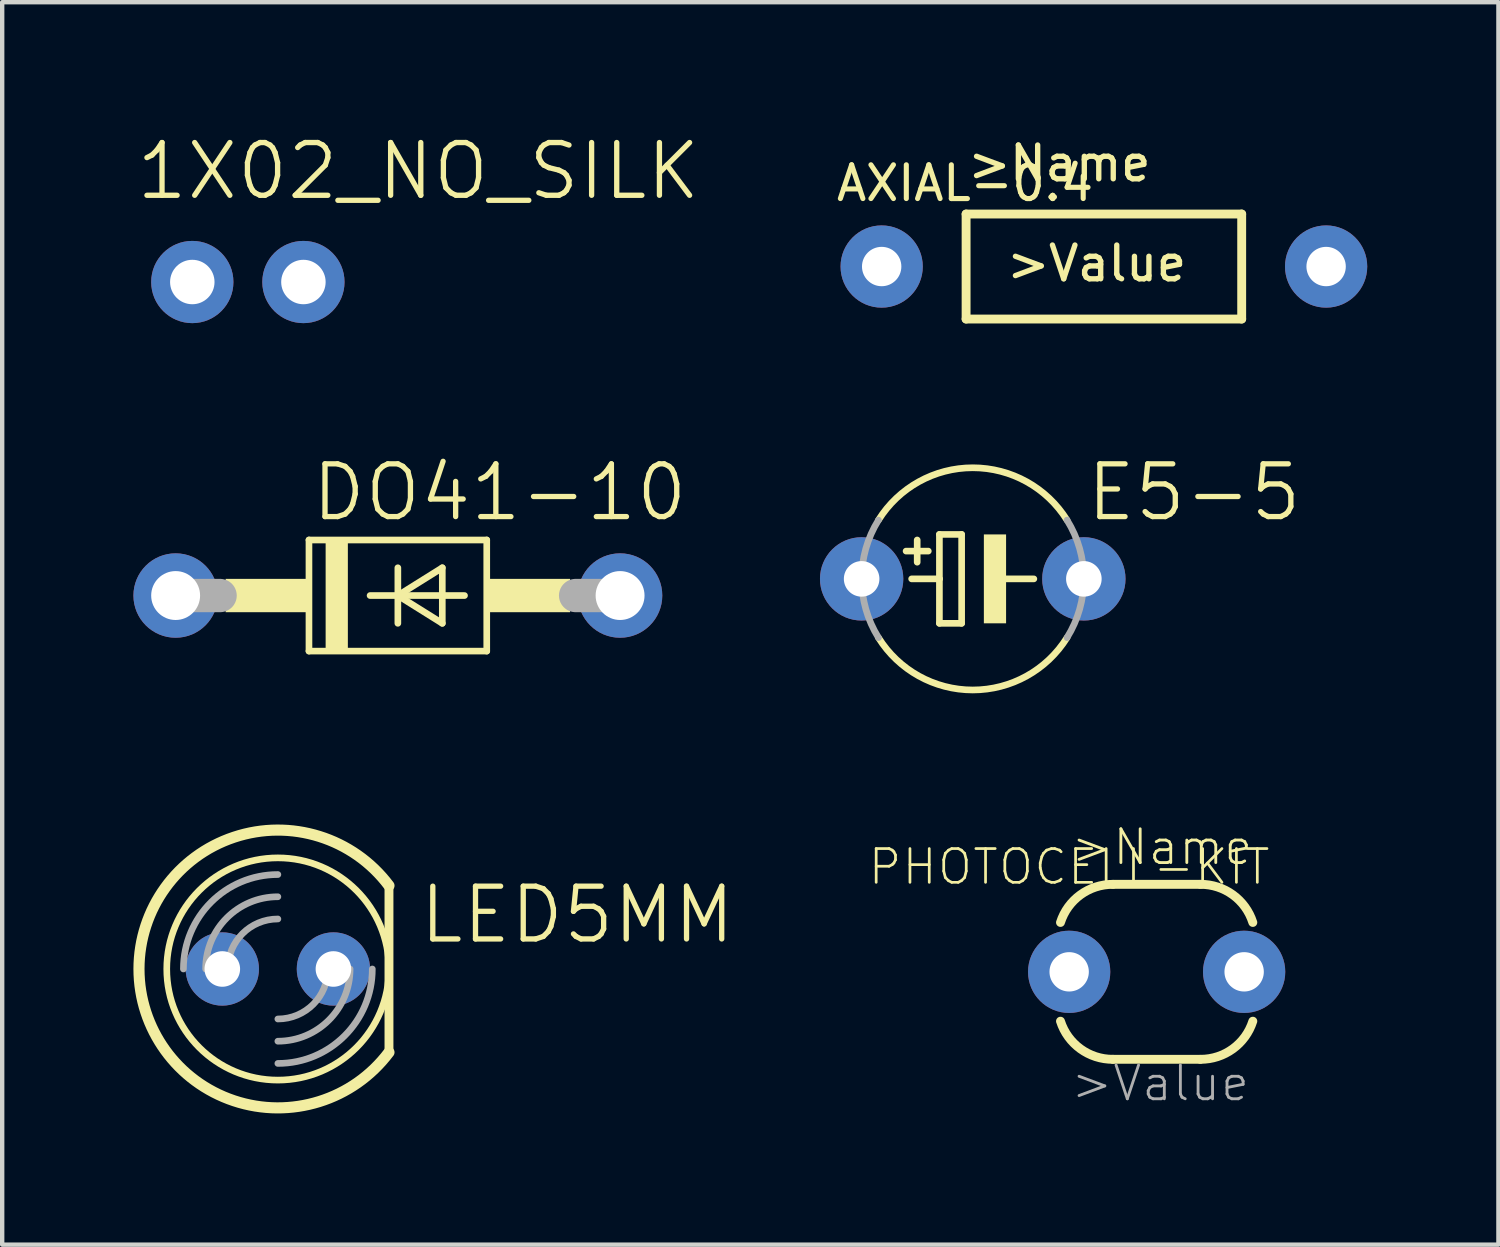
<source format=kicad_pcb>
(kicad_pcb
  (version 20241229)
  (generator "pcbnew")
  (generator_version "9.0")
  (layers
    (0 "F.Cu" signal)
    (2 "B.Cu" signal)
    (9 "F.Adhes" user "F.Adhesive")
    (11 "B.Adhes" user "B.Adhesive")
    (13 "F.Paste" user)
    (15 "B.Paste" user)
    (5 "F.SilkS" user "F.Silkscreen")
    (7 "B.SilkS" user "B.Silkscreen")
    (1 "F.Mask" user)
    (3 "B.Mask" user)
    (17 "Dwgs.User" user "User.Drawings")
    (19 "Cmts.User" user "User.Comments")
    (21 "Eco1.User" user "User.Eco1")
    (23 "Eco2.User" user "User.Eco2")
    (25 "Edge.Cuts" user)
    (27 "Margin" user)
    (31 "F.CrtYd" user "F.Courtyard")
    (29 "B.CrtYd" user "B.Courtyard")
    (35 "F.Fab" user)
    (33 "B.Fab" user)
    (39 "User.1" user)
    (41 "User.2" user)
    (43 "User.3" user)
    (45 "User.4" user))
  (footprint "E5-5"
    (layer "F.Cu")
    (at 19.187 10.183)
    (property "Reference" "E5-5" (at 2.54 -1.27 180) (layer "F.SilkS") (effects (font (size 1.206 1.206) (thickness 0.121)) (justify left bottom)))
    (attr through_hole)
    (fp_line (start -1.524 -0.635) (end -1.016 -0.635) (stroke (width 0.152) (type solid)) (layer "F.SilkS"))
    (fp_line (start -1.397 0) (end -0.762 0) (stroke (width 0.152) (type solid)) (layer "F.SilkS"))
    (fp_line (start -1.27 -0.381) (end -1.27 -0.889) (stroke (width 0.152) (type solid)) (layer "F.SilkS"))
    (fp_line (start -0.762 -1.016) (end -0.762 0) (stroke (width 0.152) (type solid)) (layer "F.SilkS"))
    (fp_line (start -0.762 0) (end -0.762 1.016) (stroke (width 0.152) (type solid)) (layer "F.SilkS"))
    (fp_line (start -0.762 1.016) (end -0.254 1.016) (stroke (width 0.152) (type solid)) (layer "F.SilkS"))
    (fp_line (start -0.254 -1.016) (end -0.762 -1.016) (stroke (width 0.152) (type solid)) (layer "F.SilkS"))
    (fp_line (start -0.254 1.016) (end -0.254 -1.016) (stroke (width 0.152) (type solid)) (layer "F.SilkS"))
    (fp_line (start 0.635 0) (end 1.397 0) (stroke (width 0.152) (type solid)) (layer "F.SilkS"))
    (fp_arc (start -2.1557 -1.3432) (mid 0 -2.539927) (end 2.1557 -1.3432) (stroke (width 0.1524) (type solid)) (layer "F.SilkS"))
    (fp_arc (start 2.1557 1.3432) (mid 0 2.539927) (end -2.1557 1.3432) (stroke (width 0.1524) (type solid)) (layer "F.SilkS"))
    (fp_poly (pts (xy 0.254 1.016) (xy 0.762 1.016) (xy 0.762 -1.016) (xy 0.254 -1.016)) (stroke (width 0) (type solid)) (fill yes) (layer "F.SilkS"))
    (fp_arc (start -2.1557 1.3432) (mid -2.539927 0) (end -2.1557 -1.3432) (stroke (width 0.1524) (type solid)) (layer "F.Fab"))
    (fp_arc (start 2.1557 -1.3432) (mid 2.539927 0) (end 2.1557 1.3432) (stroke (width 0.1524) (type solid)) (layer "F.Fab"))
    (pad "+" thru_hole circle (at -2.54 0) (size 1.905 1.905) (drill 0.813) (layers "*.Cu" "*.Mask"))
    (pad "-" thru_hole circle (at 2.54 0) (size 1.905 1.905) (drill 0.813) (layers "*.Cu" "*.Mask")))
  (footprint "1X02_NO_SILK"
    (layer "F.Cu")
    (at 1.346 3.397)
    (property "Reference" "1X02_NO_SILK" (at -1.346 -1.829 180) (layer "F.SilkS") (effects (font (size 1.206 1.206) (thickness 0.121)) (justify left bottom)))
    (attr through_hole)
    (fp_poly (pts (xy -0.254 0.254) (xy 0.254 0.254) (xy 0.254 -0.254) (xy -0.254 -0.254)) (stroke (width 0.1) (type solid)) (fill no) (layer "F.Fab"))
    (fp_poly (pts (xy 2.286 0.254) (xy 2.794 0.254) (xy 2.794 -0.254) (xy 2.286 -0.254)) (stroke (width 0.1) (type solid)) (fill no) (layer "F.Fab"))
    (pad "1" thru_hole circle (at 0 0 90) (size 1.88 1.88) (drill 1.016) (layers "*.Cu" "*.Mask"))
    (pad "2" thru_hole circle (at 2.54 0 90) (size 1.88 1.88) (drill 1.016) (layers "*.Cu" "*.Mask")))
  (footprint "PHOTOCELL-KIT"
    (layer "F.Cu")
    (at 23.391 19.166)
    (property "Reference" "PHOTOCELL-KIT" (at -2 -2.4 0) (layer "F.SilkS") (effects (font (size 0.772 0.772) (thickness 0.062))))
    (attr through_hole)
    (fp_poly (pts (xy -2.007 0.445) (xy -2.007 0.445) (xy -2.174 0.415) (xy -2.317 0.324) (xy -2.414 0.186) (xy -2.451 0.02) (xy -2.421 -0.155) (xy -2.326 -0.305) (xy -2.007 -0.447) (xy -1.835 -0.41) (xy -1.691 -0.31) (xy -1.565 0.01) (xy -1.599 0.177) (xy -1.696 0.319)) (stroke (width 0) (type solid)) (fill yes) (layer "F.Mask"))
    (fp_poly (pts (xy 2.007 0.445) (xy 2.007 0.445) (xy 1.84 0.415) (xy 1.696 0.324) (xy 1.599 0.186) (xy 1.562 0.02) (xy 1.592 -0.155) (xy 1.688 -0.305) (xy 2.007 -0.447) (xy 2.178 -0.41) (xy 2.322 -0.31) (xy 2.449 0.01) (xy 2.449 0.01) (xy 2.414 0.177) (xy 2.318 0.319)) (stroke (width 0) (type solid)) (fill yes) (layer "F.Mask"))
    (fp_poly (pts (xy 2.009 0.953) (xy 2.009 0.953) (xy 1.799 0.932) (xy 1.599 0.865) (xy 1.419 0.755) (xy 1.268 0.608) (xy 1.153 0.43) (xy 1.054 0.023) (xy 1.076 -0.192) (xy 1.145 -0.397) (xy 1.257 -0.581) (xy 1.408 -0.735) (xy 1.589 -0.852) (xy 1.792 -0.926) (xy 2.007 -0.953) (xy 2.221 -0.925) (xy 2.423 -0.851) (xy 2.605 -0.734) (xy 2.755 -0.579) (xy 2.867 -0.394) (xy 2.936 -0.189) (xy 2.957 0.025) (xy 2.957 0.025) (xy 2.931 0.234) (xy 2.859 0.431) (xy 2.746 0.608) (xy 2.596 0.754) (xy 2.417 0.864)) (stroke (width 0) (type solid)) (fill yes) (layer "B.Mask"))
    (fp_poly (pts (xy -2.004 0.953) (xy -2.004 0.953) (xy -2.214 0.932) (xy -2.414 0.865) (xy -2.594 0.755) (xy -2.746 0.608) (xy -2.86 0.43) (xy -2.959 0.023) (xy -2.959 0.023) (xy -2.937 -0.192) (xy -2.869 -0.397) (xy -2.756 -0.581) (xy -2.605 -0.735) (xy -2.424 -0.852) (xy -2.221 -0.926) (xy -2.007 -0.953) (xy -1.792 -0.925) (xy -1.59 -0.851) (xy -1.409 -0.734) (xy -1.258 -0.579) (xy -1.146 -0.394) (xy -1.078 -0.189) (xy -1.057 0.025) (xy -1.057 0.025) (xy -1.082 0.234) (xy -1.154 0.431) (xy -1.267 0.608) (xy -1.417 0.754) (xy -1.596 0.864)) (stroke (width 0) (type solid)) (fill yes) (layer "B.Mask"))
    (fp_line (start -1 -2) (end 1 -2) (stroke (width 0.203) (type solid)) (layer "F.SilkS"))
    (fp_line (start 1 2) (end -1 2) (stroke (width 0.203) (type solid)) (layer "F.SilkS"))
    (fp_arc (start -2.1984 -1.1286) (mid -1.74206 -1.760769) (end -1 -2) (stroke (width 0.2032) (type solid)) (layer "F.SilkS"))
    (fp_arc (start -1 2) (mid -1.742059 1.760769) (end -2.1984 1.1286) (stroke (width 0.2032) (type solid)) (layer "F.SilkS"))
    (fp_arc (start 1 -2) (mid 1.742059 -1.760769) (end 2.1984 -1.1286) (stroke (width 0.2032) (type solid)) (layer "F.SilkS"))
    (fp_arc (start 2.1984 1.1286) (mid 1.74206 1.760769) (end 1 2) (stroke (width 0.2032) (type solid)) (layer "F.SilkS"))
    (fp_text user ">Name" (at -2 -2.4 0) (layer "F.SilkS") (effects (font (size 0.772 0.772) (thickness 0.065)) (justify left bottom)))
    (fp_text user ">Value" (at -2 3 0) (layer "F.Fab") (effects (font (size 0.772 0.772) (thickness 0.065)) (justify left bottom)))
    (pad "1" thru_hole circle (at -2 0) (size 1.88 1.88) (drill 0.9) (layers "*.Cu" "*.Mask"))
    (pad "2" thru_hole circle (at 2 0) (size 1.88 1.88) (drill 0.9) (layers "*.Cu" "*.Mask")))
  (footprint "AXIAL-0.4"
    (layer "F.Cu")
    (at 22.185 3.043)
    (property "Reference" "AXIAL-0.4" (at -3.175 -1.905 180) (layer "F.SilkS") (effects (font (size 0.772 0.772) (thickness 0.116))))
    (attr through_hole)
    (fp_line (start -3.15 -1.2) (end 3.15 -1.2) (stroke (width 0.203) (type solid)) (layer "F.SilkS"))
    (fp_line (start -3.15 1.2) (end -3.15 -1.2) (stroke (width 0.203) (type solid)) (layer "F.SilkS"))
    (fp_line (start 3.15 -1.2) (end 3.15 1.2) (stroke (width 0.203) (type solid)) (layer "F.SilkS"))
    (fp_line (start 3.15 1.2) (end -3.15 1.2) (stroke (width 0.203) (type solid)) (layer "F.SilkS"))
    (fp_text user ">Name" (at -3.175 -1.905 0) (layer "F.SilkS") (effects (font (size 0.772 0.772) (thickness 0.122)) (justify left bottom)))
    (fp_text user ">Value" (at -2.286 0.381 0) (layer "F.SilkS") (effects (font (size 0.772 0.772) (thickness 0.122)) (justify left bottom)))
    (pad "P$1" thru_hole circle (at -5.08 0) (size 1.88 1.88) (drill 0.9) (layers "*.Cu" "*.Mask"))
    (pad "P$2" thru_hole circle (at 5.08 0) (size 1.88 1.88) (drill 0.9) (layers "*.Cu" "*.Mask")))
  (footprint "LED5MM"
    (layer "F.Cu")
    (at 3.302 19.101)
    (property "Reference" "LED5MM" (at 3.175 -0.533 0) (layer "F.SilkS") (effects (font (size 1.206 1.206) (thickness 0.121)) (justify left bottom)))
    (attr through_hole)
    (fp_line (start 2.54 1.905) (end 2.54 -1.905) (stroke (width 0.203) (type solid)) (layer "F.SilkS"))
    (fp_arc (start 2.54 1.905) (mid -3.175 0) (end 2.54 -1.905) (stroke (width 0.254) (type solid)) (layer "F.SilkS"))
    (fp_circle (center 0 0) (end 2.54 0) (stroke (width 0.152) (type solid)) (fill no) (layer "F.SilkS"))
    (fp_arc (start -2.159 0) (mid -1.526644 -1.526644) (end 0 -2.159) (stroke (width 0.1524) (type solid)) (layer "F.Fab"))
    (fp_arc (start -1.651 0) (mid -1.167433 -1.167433) (end 0 -1.651) (stroke (width 0.1524) (type solid)) (layer "F.Fab"))
    (fp_arc (start -1.143 0) (mid -0.808223 -0.808223) (end 0 -1.143) (stroke (width 0.1524) (type solid)) (layer "F.Fab"))
    (fp_arc (start 1.143 0) (mid 0.808223 0.808223) (end 0 1.143) (stroke (width 0.1524) (type solid)) (layer "F.Fab"))
    (fp_arc (start 1.651 0) (mid 1.167433 1.167433) (end 0 1.651) (stroke (width 0.1524) (type solid)) (layer "F.Fab"))
    (fp_arc (start 2.159 0) (mid 1.526644 1.526644) (end 0 2.159) (stroke (width 0.1524) (type solid)) (layer "F.Fab"))
    (pad "A" thru_hole circle (at -1.27 0) (size 1.676 1.676) (drill 0.813) (layers "*.Cu" "*.Mask"))
    (pad "K" thru_hole circle (at 1.27 0) (size 1.676 1.676) (drill 0.813) (layers "*.Cu" "*.Mask")))
  (footprint "DO41-10"
    (layer "F.Cu")
    (at 6.045 10.564)
    (property "Reference" "DO41-10" (at -2.032 -1.651 0) (layer "F.SilkS") (effects (font (size 1.206 1.206) (thickness 0.121)) (justify left bottom)))
    (attr through_hole)
    (fp_line (start -2.032 -1.27) (end -2.032 1.27) (stroke (width 0.152) (type solid)) (layer "F.SilkS"))
    (fp_line (start -2.032 -1.27) (end 2.032 -1.27) (stroke (width 0.152) (type solid)) (layer "F.SilkS"))
    (fp_line (start -0.635 0) (end 0 0) (stroke (width 0.152) (type solid)) (layer "F.SilkS"))
    (fp_line (start 0 -0.635) (end 0 0) (stroke (width 0.152) (type solid)) (layer "F.SilkS"))
    (fp_line (start 0 0) (end 0 0.635) (stroke (width 0.152) (type solid)) (layer "F.SilkS"))
    (fp_line (start 0 0) (end 1.016 -0.635) (stroke (width 0.152) (type solid)) (layer "F.SilkS"))
    (fp_line (start 0 0) (end 1.524 0) (stroke (width 0.152) (type solid)) (layer "F.SilkS"))
    (fp_line (start 1.016 -0.635) (end 1.016 0.635) (stroke (width 0.152) (type solid)) (layer "F.SilkS"))
    (fp_line (start 1.016 0.635) (end 0 0) (stroke (width 0.152) (type solid)) (layer "F.SilkS"))
    (fp_line (start 2.032 1.27) (end -2.032 1.27) (stroke (width 0.152) (type solid)) (layer "F.SilkS"))
    (fp_line (start 2.032 1.27) (end 2.032 -1.27) (stroke (width 0.152) (type solid)) (layer "F.SilkS"))
    (fp_poly (pts (xy -3.937 0.381) (xy -2.032 0.381) (xy -2.032 -0.381) (xy -3.937 -0.381)) (stroke (width 0) (type solid)) (fill yes) (layer "F.SilkS"))
    (fp_poly (pts (xy -1.651 1.27) (xy -1.143 1.27) (xy -1.143 -1.27) (xy -1.651 -1.27)) (stroke (width 0) (type solid)) (fill yes) (layer "F.SilkS"))
    (fp_poly (pts (xy 2.032 0.381) (xy 3.937 0.381) (xy 3.937 -0.381) (xy 2.032 -0.381)) (stroke (width 0) (type solid)) (fill yes) (layer "F.SilkS"))
    (fp_line (start -5.08 0) (end -4.064 0) (stroke (width 0.762) (type solid)) (layer "F.Fab"))
    (fp_line (start 5.08 0) (end 4.064 0) (stroke (width 0.762) (type solid)) (layer "F.Fab"))
    (pad "A" thru_hole circle (at 5.08 0) (size 1.93 1.93) (drill 1.118) (layers "*.Cu" "*.Mask"))
    (pad "C" thru_hole circle (at -5.08 0) (size 1.93 1.93) (drill 1.118) (layers "*.Cu" "*.Mask")))
  (gr_rect
    (start -3 -3)
    (end 31.204 25.403)
    (stroke (width 0.1) (type default))
    (fill no)
    (layer "Edge.Cuts")))
</source>
